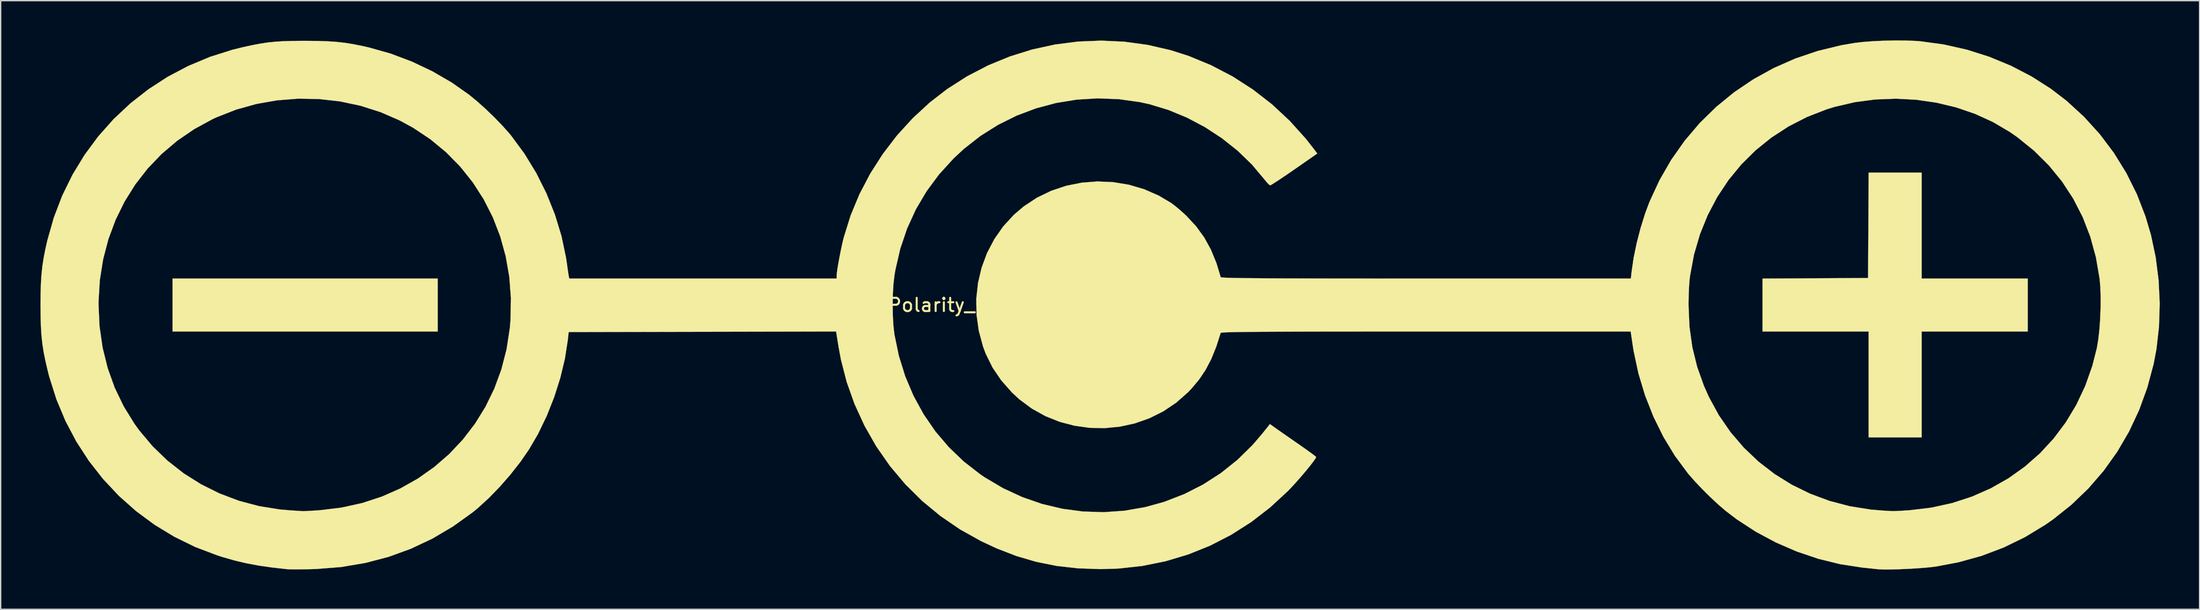
<source format=kicad_pcb>
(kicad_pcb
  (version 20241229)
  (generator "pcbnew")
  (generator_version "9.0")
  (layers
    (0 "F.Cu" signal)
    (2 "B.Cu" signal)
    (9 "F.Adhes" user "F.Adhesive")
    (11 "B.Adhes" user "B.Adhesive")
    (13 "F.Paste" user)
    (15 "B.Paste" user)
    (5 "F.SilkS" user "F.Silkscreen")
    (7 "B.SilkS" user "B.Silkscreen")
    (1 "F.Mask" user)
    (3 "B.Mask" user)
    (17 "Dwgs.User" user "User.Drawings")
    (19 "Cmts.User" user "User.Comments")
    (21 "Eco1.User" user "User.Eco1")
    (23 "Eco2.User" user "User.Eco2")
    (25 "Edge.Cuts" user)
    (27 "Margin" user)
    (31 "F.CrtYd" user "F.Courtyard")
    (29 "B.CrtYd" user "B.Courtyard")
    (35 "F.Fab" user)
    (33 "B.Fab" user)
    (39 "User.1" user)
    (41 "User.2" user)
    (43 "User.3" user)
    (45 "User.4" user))
  (footprint "Polarity_Center_Positive_40mm_SilkScreen"
    (layer "F.Cu")
    (at 79.825 19.976)
    (property "Reference" "Polarity_Center_Positive_40mm_SilkScreen" (at 0 0 0) (layer "F.SilkS") (effects (font (size 1 1) (thickness 0.15))))
    (attr exclude_from_pos_files exclude_from_bom allow_missing_courtyard)
    (fp_poly (pts (xy -49.884 1.999) (xy -69.871 1.999) (xy -69.871 -1.999) (xy -49.884 -1.999) (xy -49.884 1.999)) (stroke (width 0.01) (type solid)) (fill yes) (layer "F.SilkS"))
    (fp_poly (pts (xy 61.959 -1.999) (xy 69.954 -1.999) (xy 69.954 1.999) (xy 61.959 1.999) (xy 61.959 9.993) (xy 57.962 9.993) (xy 57.962 1.999) (xy 49.967 1.999) (xy 49.967 -1.997) (xy 53.944 -2.019) (xy 57.92 -2.04) (xy 57.942 -6.017) (xy 57.964 -9.993) (xy 61.959 -9.993) (xy 61.959 -1.999)) (stroke (width 0.01) (type solid)) (fill yes) (layer "F.SilkS"))
    (fp_poly (pts (xy 60.765 -19.966) (xy 61.488 -19.938) (xy 61.84 -19.912) (xy 63.617 -19.67) (xy 65.36 -19.277) (xy 67.055 -18.739) (xy 68.687 -18.063) (xy 70.242 -17.254) (xy 71.704 -16.319) (xy 72.869 -15.424) (xy 74.188 -14.215) (xy 75.383 -12.897) (xy 76.449 -11.479) (xy 77.381 -9.969) (xy 78.174 -8.374) (xy 78.822 -6.703) (xy 79.241 -5.288) (xy 79.597 -3.601) (xy 79.817 -1.867) (xy 79.9 -0.116) (xy 79.846 1.623) (xy 79.654 3.32) (xy 79.442 4.446) (xy 78.966 6.226) (xy 78.347 7.929) (xy 77.59 9.548) (xy 76.697 11.078) (xy 75.674 12.513) (xy 74.524 13.845) (xy 73.252 15.07) (xy 71.862 16.18) (xy 71.275 16.589) (xy 69.74 17.522) (xy 68.137 18.304) (xy 66.464 18.937) (xy 64.716 19.422) (xy 63.018 19.742) (xy 62.591 19.794) (xy 62.064 19.842) (xy 61.472 19.885) (xy 60.85 19.919) (xy 60.234 19.945) (xy 59.66 19.96) (xy 59.161 19.963) (xy 58.775 19.951) (xy 58.628 19.94) (xy 58.421 19.917) (xy 58.1 19.882) (xy 57.715 19.841) (xy 57.462 19.815) (xy 55.817 19.563) (xy 54.169 19.156) (xy 52.542 18.605) (xy 50.961 17.919) (xy 49.449 17.108) (xy 48.03 16.182) (xy 47.177 15.53) (xy 46.634 15.063) (xy 46.039 14.508) (xy 45.437 13.911) (xy 44.873 13.316) (xy 44.393 12.769) (xy 44.336 12.7) (xy 43.364 11.386) (xy 42.497 9.956) (xy 41.744 8.429) (xy 41.112 6.825) (xy 40.611 5.163) (xy 40.248 3.463) (xy 40.178 3.019) (xy 40.028 1.999) (xy 24.592 1.999) (xy 22.641 1.999) (xy 20.851 2) (xy 19.215 2.001) (xy 17.728 2.002) (xy 16.384 2.004) (xy 15.175 2.007) (xy 14.098 2.011) (xy 13.144 2.015) (xy 12.309 2.019) (xy 11.587 2.025) (xy 10.97 2.031) (xy 10.454 2.038) (xy 10.032 2.046) (xy 9.699 2.055) (xy 9.447 2.065) (xy 9.272 2.076) (xy 9.167 2.088) (xy 9.126 2.101) (xy 9.126 2.103) (xy 8.79 3.155) (xy 8.418 4.072) (xy 7.995 4.884) (xy 7.504 5.619) (xy 6.927 6.309) (xy 6.666 6.582) (xy 5.77 7.373) (xy 4.794 8.028) (xy 3.752 8.548) (xy 2.66 8.932) (xy 1.533 9.18) (xy 0.387 9.292) (xy -0.765 9.268) (xy -1.905 9.108) (xy -3.02 8.813) (xy -4.094 8.381) (xy -5.111 7.814) (xy -6.057 7.111) (xy -6.606 6.601) (xy -7.414 5.684) (xy -8.069 4.717) (xy -8.578 3.686) (xy -8.786 3.13) (xy -9.108 1.928) (xy -9.275 0.716) (xy -9.284 0.029) (xy 44.388 0.029) (xy 44.458 1.64) (xy 44.673 3.178) (xy 45.036 4.662) (xy 45.551 6.108) (xy 45.928 6.954) (xy 46.679 8.329) (xy 47.558 9.602) (xy 48.555 10.768) (xy 49.661 11.82) (xy 50.869 12.754) (xy 52.169 13.564) (xy 53.553 14.243) (xy 55.011 14.786) (xy 56.535 15.187) (xy 58.116 15.441) (xy 59.045 15.517) (xy 59.345 15.534) (xy 59.607 15.55) (xy 59.711 15.557) (xy 59.869 15.557) (xy 60.156 15.545) (xy 60.533 15.524) (xy 60.962 15.496) (xy 61.058 15.49) (xy 62.692 15.293) (xy 64.261 14.948) (xy 65.757 14.459) (xy 67.173 13.834) (xy 68.503 13.077) (xy 69.739 12.195) (xy 70.876 11.194) (xy 71.905 10.079) (xy 72.821 8.857) (xy 73.616 7.533) (xy 74.284 6.113) (xy 74.818 4.603) (xy 75.163 3.248) (xy 75.268 2.623) (xy 75.352 1.879) (xy 75.411 1.062) (xy 75.444 0.22) (xy 75.449 -0.602) (xy 75.424 -1.358) (xy 75.371 -1.976) (xy 75.092 -3.607) (xy 74.666 -5.162) (xy 74.096 -6.637) (xy 73.384 -8.028) (xy 72.533 -9.331) (xy 71.546 -10.541) (xy 70.425 -11.654) (xy 69.174 -12.667) (xy 68.622 -13.052) (xy 67.348 -13.806) (xy 65.985 -14.43) (xy 64.551 -14.921) (xy 63.062 -15.277) (xy 61.536 -15.497) (xy 59.991 -15.577) (xy 58.442 -15.516) (xy 56.908 -15.311) (xy 55.405 -14.961) (xy 54.797 -14.774) (xy 53.318 -14.197) (xy 51.928 -13.484) (xy 50.634 -12.643) (xy 49.443 -11.681) (xy 48.361 -10.607) (xy 47.394 -9.427) (xy 46.548 -8.149) (xy 45.83 -6.782) (xy 45.245 -5.333) (xy 44.801 -3.811) (xy 44.504 -2.221) (xy 44.475 -2.001) (xy 44.444 -1.659) (xy 44.417 -1.202) (xy 44.398 -0.681) (xy 44.388 -0.15) (xy 44.388 0.029) (xy -9.284 0.029) (xy -9.291 -0.49) (xy -9.161 -1.676) (xy -8.889 -2.828) (xy -8.479 -3.932) (xy -7.935 -4.973) (xy -7.261 -5.937) (xy -6.461 -6.81) (xy -5.721 -7.442) (xy -4.72 -8.103) (xy -3.648 -8.622) (xy -2.521 -9) (xy -1.356 -9.235) (xy -0.169 -9.328) (xy 1.022 -9.277) (xy 2.201 -9.082) (xy 3.351 -8.744) (xy 4.455 -8.261) (xy 5.371 -7.719) (xy 5.646 -7.515) (xy 5.987 -7.235) (xy 6.341 -6.921) (xy 6.558 -6.717) (xy 7.278 -5.938) (xy 7.883 -5.103) (xy 8.388 -4.187) (xy 8.807 -3.163) (xy 9.128 -2.103) (xy 9.161 -2.09) (xy 9.258 -2.078) (xy 9.424 -2.067) (xy 9.666 -2.057) (xy 9.989 -2.047) (xy 10.4 -2.039) (xy 10.904 -2.032) (xy 11.507 -2.026) (xy 12.217 -2.02) (xy 13.037 -2.015) (xy 13.976 -2.011) (xy 15.038 -2.008) (xy 16.23 -2.005) (xy 17.557 -2.002) (xy 19.026 -2.001) (xy 20.643 -2) (xy 22.414 -1.999) (xy 24.344 -1.999) (xy 24.598 -1.999) (xy 40.041 -1.999) (xy 40.098 -2.519) (xy 40.25 -3.564) (xy 40.482 -4.685) (xy 40.776 -5.822) (xy 41.118 -6.916) (xy 41.44 -7.779) (xy 42.197 -9.42) (xy 43.086 -10.964) (xy 44.1 -12.406) (xy 45.233 -13.74) (xy 46.477 -14.96) (xy 47.826 -16.063) (xy 49.273 -17.041) (xy 50.81 -17.891) (xy 52.431 -18.606) (xy 54.129 -19.181) (xy 55.898 -19.611) (xy 56.91 -19.785) (xy 57.548 -19.86) (xy 58.302 -19.916) (xy 59.122 -19.954) (xy 59.96 -19.971) (xy 60.765 -19.966)) (stroke (width 0.01) (type solid)) (fill yes) (layer "F.SilkS"))
    (fp_poly (pts (xy 1.883 -19.876) (xy 3.626 -19.637) (xy 5.346 -19.24) (xy 6.704 -18.806) (xy 8.399 -18.105) (xy 10.017 -17.259) (xy 11.549 -16.273) (xy 12.989 -15.154) (xy 14.327 -13.907) (xy 15.556 -12.538) (xy 16.183 -11.735) (xy 16.405 -11.437) (xy 14.68 -10.236) (xy 14.205 -9.908) (xy 13.772 -9.614) (xy 13.402 -9.368) (xy 13.112 -9.181) (xy 12.923 -9.066) (xy 12.858 -9.036) (xy 12.762 -9.098) (xy 12.604 -9.261) (xy 12.422 -9.485) (xy 11.476 -10.611) (xy 10.4 -11.653) (xy 9.213 -12.597) (xy 7.935 -13.433) (xy 6.588 -14.146) (xy 5.189 -14.726) (xy 3.76 -15.16) (xy 3.031 -15.32) (xy 1.437 -15.542) (xy -0.152 -15.602) (xy -1.727 -15.505) (xy -3.274 -15.254) (xy -4.784 -14.851) (xy -6.244 -14.301) (xy -7.643 -13.607) (xy -8.97 -12.773) (xy -10.214 -11.801) (xy -10.994 -11.076) (xy -12.092 -9.871) (xy -13.043 -8.586) (xy -13.849 -7.22) (xy -14.509 -5.774) (xy -15.024 -4.247) (xy -15.394 -2.639) (xy -15.459 -2.248) (xy -15.535 -1.607) (xy -15.58 -0.856) (xy -15.597 -0.049) (xy -15.584 0.761) (xy -15.542 1.519) (xy -15.471 2.173) (xy -15.461 2.237) (xy -15.127 3.845) (xy -14.647 5.386) (xy -14.025 6.854) (xy -13.267 8.24) (xy -12.379 9.535) (xy -11.364 10.73) (xy -10.23 11.818) (xy -8.981 12.79) (xy -8.661 13.007) (xy -7.272 13.829) (xy -5.825 14.499) (xy -4.332 15.017) (xy -2.805 15.38) (xy -1.253 15.587) (xy 0.311 15.637) (xy 1.877 15.527) (xy 3.433 15.257) (xy 4.867 14.859) (xy 6.375 14.275) (xy 7.805 13.547) (xy 9.147 12.681) (xy 10.393 11.684) (xy 11.533 10.562) (xy 12.219 9.761) (xy 12.838 8.988) (xy 13.227 9.266) (xy 13.419 9.402) (xy 13.719 9.612) (xy 14.097 9.876) (xy 14.524 10.173) (xy 14.969 10.483) (xy 15.384 10.772) (xy 15.747 11.031) (xy 16.038 11.243) (xy 16.236 11.394) (xy 16.321 11.469) (xy 16.323 11.472) (xy 16.269 11.585) (xy 16.122 11.798) (xy 15.9 12.089) (xy 15.622 12.434) (xy 15.306 12.811) (xy 14.971 13.197) (xy 14.637 13.571) (xy 14.321 13.908) (xy 14.203 14.03) (xy 12.853 15.279) (xy 11.419 16.387) (xy 9.908 17.349) (xy 8.326 18.164) (xy 6.68 18.828) (xy 4.975 19.34) (xy 3.219 19.695) (xy 1.417 19.893) (xy 0.083 19.935) (xy -1.614 19.876) (xy -3.22 19.696) (xy -4.764 19.388) (xy -6.275 18.944) (xy -7.784 18.359) (xy -8.931 17.822) (xy -10.511 16.94) (xy -11.996 15.924) (xy -13.378 14.782) (xy -14.649 13.52) (xy -15.803 12.147) (xy -16.83 10.671) (xy -17.724 9.099) (xy -18.473 7.464) (xy -19.062 5.804) (xy -19.499 4.1) (xy -19.672 3.16) (xy -19.859 1.998) (xy -29.937 2.019) (xy -40.015 2.04) (xy -40.078 2.623) (xy -40.296 4.035) (xy -40.644 5.491) (xy -41.107 6.952) (xy -41.672 8.378) (xy -42.324 9.731) (xy -43.011 10.91) (xy -43.658 11.845) (xy -44.399 12.791) (xy -45.2 13.711) (xy -46.029 14.566) (xy -46.851 15.319) (xy -47.243 15.642) (xy -48.735 16.715) (xy -50.292 17.634) (xy -51.914 18.4) (xy -53.599 19.013) (xy -55.348 19.471) (xy -57.16 19.776) (xy -59.036 19.926) (xy -59.419 19.938) (xy -59.928 19.947) (xy -60.402 19.951) (xy -60.807 19.951) (xy -61.108 19.946) (xy -61.251 19.938) (xy -62.381 19.811) (xy -63.385 19.666) (xy -64.307 19.493) (xy -65.188 19.285) (xy -66.069 19.033) (xy -66.498 18.896) (xy -68.157 18.266) (xy -69.735 17.493) (xy -71.225 16.587) (xy -72.621 15.554) (xy -73.916 14.402) (xy -75.102 13.138) (xy -76.172 11.77) (xy -77.121 10.306) (xy -77.94 8.752) (xy -78.623 7.118) (xy -79.163 5.409) (xy -79.273 4.979) (xy -79.445 4.243) (xy -79.578 3.582) (xy -79.677 2.956) (xy -79.746 2.325) (xy -79.79 1.649) (xy -79.813 0.887) (xy -79.82 0) (xy -79.82 -0.042) (xy -75.45 -0.042) (xy -75.373 1.613) (xy -75.142 3.216) (xy -74.76 4.761) (xy -74.23 6.242) (xy -73.552 7.651) (xy -72.73 8.981) (xy -72.379 9.466) (xy -71.372 10.665) (xy -70.252 11.747) (xy -69.03 12.705) (xy -67.718 13.533) (xy -66.327 14.225) (xy -64.868 14.777) (xy -63.352 15.18) (xy -61.789 15.431) (xy -61.168 15.486) (xy -60.779 15.513) (xy -60.438 15.536) (xy -60.189 15.553) (xy -60.086 15.56) (xy -59.944 15.559) (xy -59.672 15.546) (xy -59.306 15.525) (xy -58.881 15.497) (xy -58.758 15.488) (xy -57.139 15.292) (xy -55.584 14.949) (xy -54.1 14.463) (xy -52.694 13.843) (xy -51.373 13.095) (xy -50.145 12.227) (xy -49.014 11.244) (xy -47.99 10.155) (xy -47.078 8.966) (xy -46.286 7.683) (xy -45.621 6.315) (xy -45.089 4.868) (xy -44.697 3.348) (xy -44.453 1.763) (xy -44.399 1.124) (xy -44.368 -0.525) (xy -44.49 -2.133) (xy -44.762 -3.691) (xy -45.177 -5.192) (xy -45.732 -6.626) (xy -46.422 -7.986) (xy -47.243 -9.264) (xy -48.19 -10.45) (xy -49.257 -11.537) (xy -50.442 -12.517) (xy -51.739 -13.382) (xy -52.759 -13.938) (xy -54.208 -14.567) (xy -55.714 -15.046) (xy -57.261 -15.374) (xy -58.834 -15.551) (xy -60.417 -15.578) (xy -61.996 -15.453) (xy -63.554 -15.178) (xy -65.078 -14.752) (xy -66.551 -14.174) (xy -66.854 -14.033) (xy -68.242 -13.277) (xy -69.524 -12.398) (xy -70.695 -11.402) (xy -71.75 -10.299) (xy -72.683 -9.097) (xy -73.49 -7.804) (xy -74.165 -6.427) (xy -74.704 -4.977) (xy -75.101 -3.459) (xy -75.351 -1.884) (xy -75.449 -0.259) (xy -75.45 -0.042) (xy -79.82 -0.042) (xy -79.813 -0.886) (xy -79.79 -1.647) (xy -79.746 -2.323) (xy -79.678 -2.955) (xy -79.58 -3.582) (xy -79.449 -4.247) (xy -79.308 -4.872) (xy -78.817 -6.606) (xy -78.181 -8.266) (xy -77.407 -9.845) (xy -76.5 -11.335) (xy -75.469 -12.731) (xy -74.32 -14.025) (xy -73.06 -15.211) (xy -71.696 -16.281) (xy -70.235 -17.23) (xy -68.683 -18.049) (xy -67.047 -18.734) (xy -65.335 -19.276) (xy -64.541 -19.471) (xy -63.857 -19.619) (xy -63.251 -19.734) (xy -62.685 -19.819) (xy -62.118 -19.878) (xy -61.511 -19.916) (xy -60.826 -19.936) (xy -60.021 -19.943) (xy -59.836 -19.943) (xy -58.944 -19.935) (xy -58.176 -19.909) (xy -57.492 -19.862) (xy -56.849 -19.789) (xy -56.206 -19.684) (xy -55.521 -19.545) (xy -55.052 -19.438) (xy -53.426 -18.978) (xy -51.825 -18.373) (xy -50.278 -17.637) (xy -48.814 -16.785) (xy -47.54 -15.889) (xy -46.934 -15.393) (xy -46.281 -14.808) (xy -45.626 -14.177) (xy -45.011 -13.541) (xy -44.479 -12.943) (xy -44.348 -12.783) (xy -43.347 -11.423) (xy -42.457 -9.962) (xy -41.689 -8.423) (xy -41.052 -6.831) (xy -40.558 -5.208) (xy -40.214 -3.577) (xy -40.141 -3.081) (xy -40.094 -2.732) (xy -40.049 -2.428) (xy -40.016 -2.221) (xy -40.009 -2.186) (xy -39.971 -1.999) (xy -19.82 -1.999) (xy -19.82 -2.196) (xy -19.803 -2.411) (xy -19.755 -2.752) (xy -19.683 -3.18) (xy -19.595 -3.66) (xy -19.497 -4.155) (xy -19.396 -4.626) (xy -19.298 -5.039) (xy -19.279 -5.112) (xy -18.767 -6.757) (xy -18.101 -8.363) (xy -17.289 -9.914) (xy -16.343 -11.397) (xy -15.272 -12.798) (xy -14.085 -14.101) (xy -12.794 -15.293) (xy -11.488 -16.304) (xy -9.981 -17.269) (xy -8.404 -18.089) (xy -6.768 -18.762) (xy -5.086 -19.288) (xy -3.367 -19.664) (xy -1.626 -19.888) (xy 0.128 -19.959) (xy 1.883 -19.876)) (stroke (width 0.01) (type solid)) (fill yes) (layer "F.SilkS")))
  (gr_rect
    (start -3 -3)
    (end 162.73 42.943)
    (stroke (width 0.1) (type default))
    (fill no)
    (layer "Edge.Cuts")))
</source>
